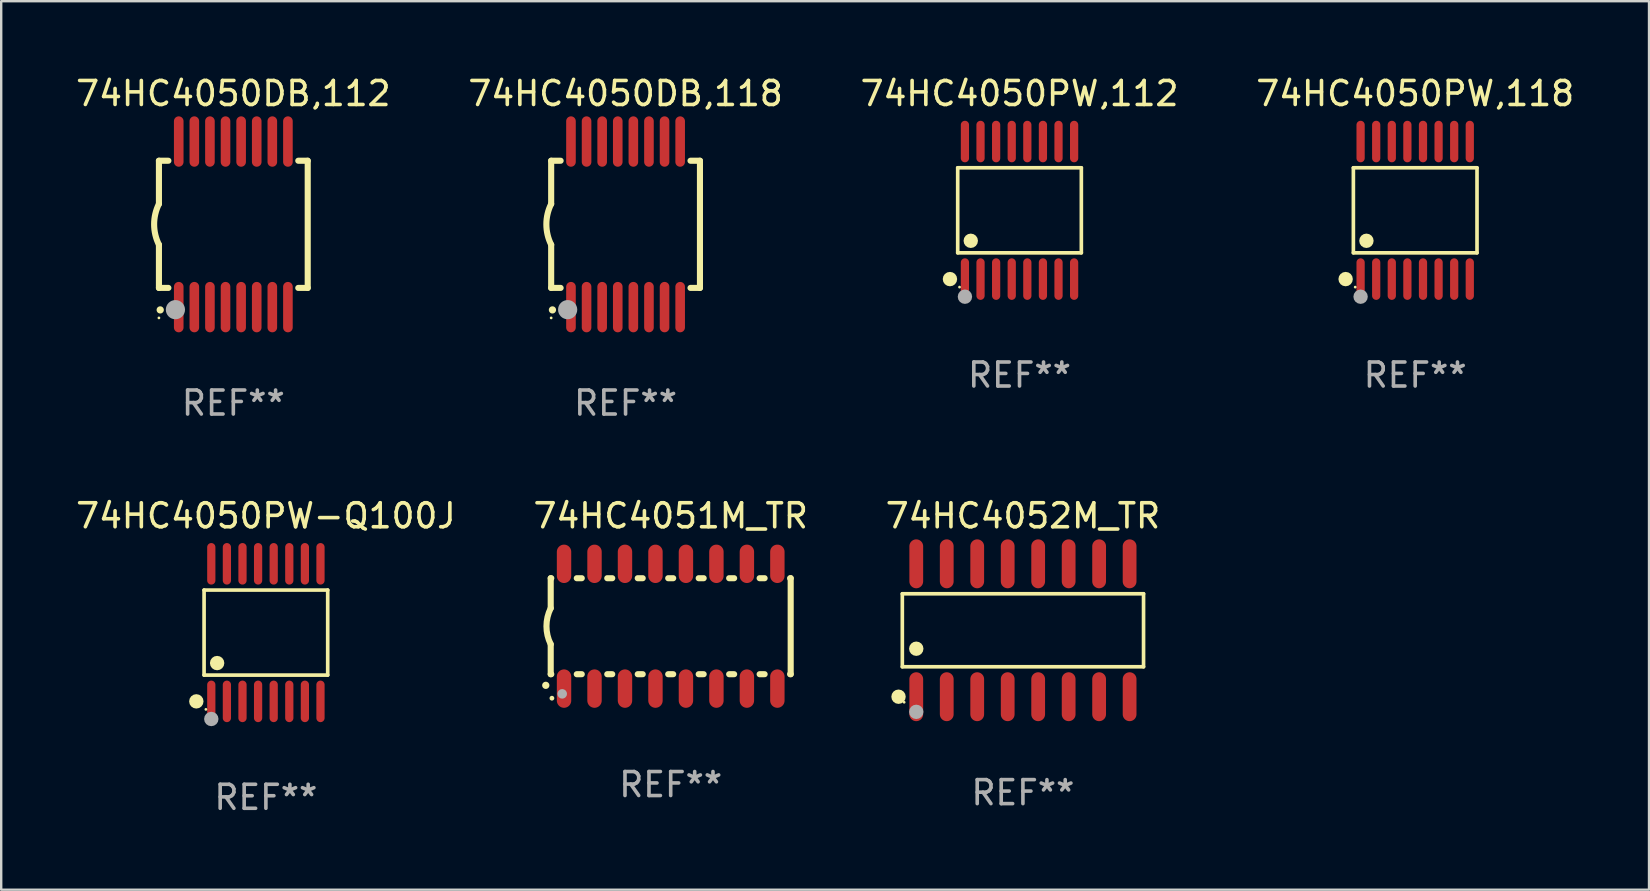
<source format=kicad_pcb>
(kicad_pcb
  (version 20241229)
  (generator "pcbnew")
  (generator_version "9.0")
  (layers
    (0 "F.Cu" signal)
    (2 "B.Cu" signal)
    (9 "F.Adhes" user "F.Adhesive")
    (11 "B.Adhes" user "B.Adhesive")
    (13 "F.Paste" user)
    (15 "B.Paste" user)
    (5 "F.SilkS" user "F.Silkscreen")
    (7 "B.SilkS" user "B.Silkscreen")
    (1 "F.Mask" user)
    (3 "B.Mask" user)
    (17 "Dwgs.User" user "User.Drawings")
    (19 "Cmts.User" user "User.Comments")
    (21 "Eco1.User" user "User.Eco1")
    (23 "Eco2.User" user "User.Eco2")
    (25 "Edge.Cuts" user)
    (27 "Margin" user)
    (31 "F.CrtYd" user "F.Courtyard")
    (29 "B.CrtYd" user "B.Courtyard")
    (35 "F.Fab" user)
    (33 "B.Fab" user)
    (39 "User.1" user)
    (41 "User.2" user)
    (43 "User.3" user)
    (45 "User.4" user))
  (footprint "74HC4051M_TR"
    (layer "F.Cu")
    (at 24.899 23.045)
    (property "Reference" "74HC4051M_TR" (at 0 -4.6 0) (layer "F.SilkS") (effects (font (size 1 1) (thickness 0.15))))
    (attr through_hole)
    (fp_line (start -5 -2) (end -5 -0.75) (stroke (width 0.254) (type solid)) (layer "F.SilkS"))
    (fp_line (start -5 -2) (end -4.976 -2) (stroke (width 0.254) (type solid)) (layer "F.SilkS"))
    (fp_line (start -5 2) (end -5 0.75) (stroke (width 0.254) (type solid)) (layer "F.SilkS"))
    (fp_line (start -5 2) (end -4.976 2) (stroke (width 0.254) (type solid)) (layer "F.SilkS"))
    (fp_line (start -3.914 -2) (end -3.706 -2) (stroke (width 0.254) (type solid)) (layer "F.SilkS"))
    (fp_line (start -3.914 2) (end -3.706 2) (stroke (width 0.254) (type solid)) (layer "F.SilkS"))
    (fp_line (start -2.644 -2) (end -2.436 -2) (stroke (width 0.254) (type solid)) (layer "F.SilkS"))
    (fp_line (start -2.644 2) (end -2.436 2) (stroke (width 0.254) (type solid)) (layer "F.SilkS"))
    (fp_line (start -1.374 -2) (end -1.166 -2) (stroke (width 0.254) (type solid)) (layer "F.SilkS"))
    (fp_line (start -1.374 2) (end -1.166 2) (stroke (width 0.254) (type solid)) (layer "F.SilkS"))
    (fp_line (start -0.104 -2) (end 0.104 -2) (stroke (width 0.254) (type solid)) (layer "F.SilkS"))
    (fp_line (start -0.104 2) (end 0.104 2) (stroke (width 0.254) (type solid)) (layer "F.SilkS"))
    (fp_line (start 1.166 -2) (end 1.374 -2) (stroke (width 0.254) (type solid)) (layer "F.SilkS"))
    (fp_line (start 1.166 2) (end 1.374 2) (stroke (width 0.254) (type solid)) (layer "F.SilkS"))
    (fp_line (start 2.436 -2) (end 2.644 -2) (stroke (width 0.254) (type solid)) (layer "F.SilkS"))
    (fp_line (start 2.436 2) (end 2.644 2) (stroke (width 0.254) (type solid)) (layer "F.SilkS"))
    (fp_line (start 3.706 -2) (end 3.914 -2) (stroke (width 0.254) (type solid)) (layer "F.SilkS"))
    (fp_line (start 3.706 2) (end 3.914 2) (stroke (width 0.254) (type solid)) (layer "F.SilkS"))
    (fp_line (start 4.976 -2) (end 5 -2) (stroke (width 0.254) (type solid)) (layer "F.SilkS"))
    (fp_line (start 4.976 2) (end 5 2) (stroke (width 0.254) (type solid)) (layer "F.SilkS"))
    (fp_line (start 5 2) (end 5 -2) (stroke (width 0.254) (type solid)) (layer "F.SilkS"))
    (fp_arc (start -5.20701 2.46383) (mid -5.20574 2.463825) (end -5.20447 2.46383) (stroke (width 0.3) (type solid)) (layer "F.SilkS"))
    (fp_arc (start -5 0.751207) (mid -5.177192 0.00061) (end -5 -0.749987) (stroke (width 0.254001) (type solid)) (layer "F.SilkS"))
    (fp_circle (center -4.95 3) (end -4.9 3) (stroke (width 0.1) (type solid)) (fill no) (layer "F.SilkS"))
    (fp_circle (center -4.521 2.819) (end -4.421 2.819) (stroke (width 0.2) (type solid)) (fill no) (layer "F.Fab"))
    (fp_text user "REF**" (at 0 6.6 0) (layer "F.Fab") (effects (font (size 1 1) (thickness 0.15))))
    (pad "1" smd oval (at -4.445 2.6 180) (size 0.6 1.6) (layers "F.Cu" "F.Mask" "F.Paste"))
    (pad "2" smd oval (at -3.175 2.6 180) (size 0.6 1.6) (layers "F.Cu" "F.Mask" "F.Paste"))
    (pad "3" smd oval (at -1.905 2.6 180) (size 0.6 1.6) (layers "F.Cu" "F.Mask" "F.Paste"))
    (pad "4" smd oval (at -0.635 2.6 180) (size 0.6 1.6) (layers "F.Cu" "F.Mask" "F.Paste"))
    (pad "5" smd oval (at 0.635 2.6 180) (size 0.6 1.6) (layers "F.Cu" "F.Mask" "F.Paste"))
    (pad "6" smd oval (at 1.905 2.6 180) (size 0.6 1.6) (layers "F.Cu" "F.Mask" "F.Paste"))
    (pad "7" smd oval (at 3.175 2.6 180) (size 0.6 1.6) (layers "F.Cu" "F.Mask" "F.Paste"))
    (pad "8" smd oval (at 4.445 2.6 180) (size 0.6 1.6) (layers "F.Cu" "F.Mask" "F.Paste"))
    (pad "9" smd oval (at 4.445 -2.6 180) (size 0.6 1.6) (layers "F.Cu" "F.Mask" "F.Paste"))
    (pad "10" smd oval (at 3.175 -2.6 180) (size 0.6 1.6) (layers "F.Cu" "F.Mask" "F.Paste"))
    (pad "11" smd oval (at 1.905 -2.6 180) (size 0.6 1.6) (layers "F.Cu" "F.Mask" "F.Paste"))
    (pad "12" smd oval (at 0.635 -2.6 180) (size 0.6 1.6) (layers "F.Cu" "F.Mask" "F.Paste"))
    (pad "13" smd oval (at -0.635 -2.6 180) (size 0.6 1.6) (layers "F.Cu" "F.Mask" "F.Paste"))
    (pad "14" smd oval (at -1.905 -2.6 180) (size 0.6 1.6) (layers "F.Cu" "F.Mask" "F.Paste"))
    (pad "15" smd oval (at -3.175 -2.6 180) (size 0.6 1.6) (layers "F.Cu" "F.Mask" "F.Paste"))
    (pad "16" smd oval (at -4.445 -2.6 180) (size 0.6 1.6) (layers "F.Cu" "F.Mask" "F.Paste")))
  (footprint "74HC4050DB,118"
    (layer "F.Cu")
    (at 23.018 6.298)
    (property "Reference" "74HC4050DB,118" (at 0 -5.45 0) (layer "F.SilkS") (effects (font (size 1 1) (thickness 0.15))))
    (attr through_hole)
    (fp_line (start -3.1 -2.65) (end -3.1 -0.85) (stroke (width 0.254) (type solid)) (layer "F.SilkS"))
    (fp_line (start -3.1 -2.65) (end -2.706 -2.65) (stroke (width 0.254) (type solid)) (layer "F.SilkS"))
    (fp_line (start -3.1 2.65) (end -3.1 0.85) (stroke (width 0.254) (type solid)) (layer "F.SilkS"))
    (fp_line (start -3.1 2.65) (end -2.706 2.65) (stroke (width 0.254) (type solid)) (layer "F.SilkS"))
    (fp_line (start 2.706 -2.65) (end 3.1 -2.65) (stroke (width 0.254) (type solid)) (layer "F.SilkS"))
    (fp_line (start 2.706 2.65) (end 3.1 2.65) (stroke (width 0.254) (type solid)) (layer "F.SilkS"))
    (fp_line (start 3.1 -2.65) (end 3.1 2.65) (stroke (width 0.254) (type solid)) (layer "F.SilkS"))
    (fp_arc (start -3.098907 0.850902) (mid -3.300057 0.000523) (end -3.1 -0.850114) (stroke (width 0.254001) (type solid)) (layer "F.SilkS"))
    (fp_arc (start -3.048006 3.566066) (mid -3.046736 3.566061) (end -3.045466 3.566066) (stroke (width 0.3) (type solid)) (layer "F.SilkS"))
    (fp_circle (center -3.1 3.9) (end -3.07 3.9) (stroke (width 0.06) (type solid)) (fill no) (layer "F.SilkS"))
    (fp_circle (center -2.413 3.556) (end -2.213 3.556) (stroke (width 0.4) (type solid)) (fill no) (layer "F.Fab"))
    (fp_text user "REF**" (at 0 7.45 0) (layer "F.Fab") (effects (font (size 1 1) (thickness 0.15))))
    (pad "1" smd oval (at -2.275 3.45 180) (size 0.4 2.1) (layers "F.Cu" "F.Mask" "F.Paste"))
    (pad "2" smd oval (at -1.625 3.45 180) (size 0.4 2.1) (layers "F.Cu" "F.Mask" "F.Paste"))
    (pad "3" smd oval (at -0.975 3.45 180) (size 0.4 2.1) (layers "F.Cu" "F.Mask" "F.Paste"))
    (pad "4" smd oval (at -0.325 3.45 180) (size 0.4 2.1) (layers "F.Cu" "F.Mask" "F.Paste"))
    (pad "5" smd oval (at 0.325 3.45 180) (size 0.4 2.1) (layers "F.Cu" "F.Mask" "F.Paste"))
    (pad "6" smd oval (at 0.975 3.45 180) (size 0.4 2.1) (layers "F.Cu" "F.Mask" "F.Paste"))
    (pad "7" smd oval (at 1.625 3.45 180) (size 0.4 2.1) (layers "F.Cu" "F.Mask" "F.Paste"))
    (pad "8" smd oval (at 2.275 3.45 180) (size 0.4 2.1) (layers "F.Cu" "F.Mask" "F.Paste"))
    (pad "9" smd oval (at 2.275 -3.45 180) (size 0.4 2.1) (layers "F.Cu" "F.Mask" "F.Paste"))
    (pad "10" smd oval (at 1.625 -3.45 180) (size 0.4 2.1) (layers "F.Cu" "F.Mask" "F.Paste"))
    (pad "11" smd oval (at 0.975 -3.45 180) (size 0.4 2.1) (layers "F.Cu" "F.Mask" "F.Paste"))
    (pad "12" smd oval (at 0.325 -3.45 180) (size 0.4 2.1) (layers "F.Cu" "F.Mask" "F.Paste"))
    (pad "13" smd oval (at -0.325 -3.45 180) (size 0.4 2.1) (layers "F.Cu" "F.Mask" "F.Paste"))
    (pad "14" smd oval (at -0.975 -3.45 180) (size 0.4 2.1) (layers "F.Cu" "F.Mask" "F.Paste"))
    (pad "15" smd oval (at -1.625 -3.45 180) (size 0.4 2.1) (layers "F.Cu" "F.Mask" "F.Paste"))
    (pad "16" smd oval (at -2.275 -3.45 180) (size 0.4 2.1) (layers "F.Cu" "F.Mask" "F.Paste")))
  (footprint "74HC4050PW-Q100J"
    (layer "F.Cu")
    (at 8.03 23.311)
    (property "Reference" "74HC4050PW-Q100J" (at 0 -4.866 0) (layer "F.SilkS") (effects (font (size 1 1) (thickness 0.15))))
    (attr through_hole)
    (fp_line (start -2.576 -1.772) (end 2.576 -1.772) (stroke (width 0.152) (type solid)) (layer "F.SilkS"))
    (fp_line (start -2.576 1.771) (end -2.576 -1.772) (stroke (width 0.152) (type solid)) (layer "F.SilkS"))
    (fp_line (start 2.576 -1.772) (end 2.576 1.771) (stroke (width 0.152) (type solid)) (layer "F.SilkS"))
    (fp_line (start 2.576 1.771) (end -2.576 1.771) (stroke (width 0.152) (type solid)) (layer "F.SilkS"))
    (fp_circle (center -2.899 2.866) (end -2.749 2.866) (stroke (width 0.3) (type solid)) (fill no) (layer "F.SilkS"))
    (fp_circle (center -2.5 3.2) (end -2.47 3.2) (stroke (width 0.06) (type solid)) (fill no) (layer "F.SilkS"))
    (fp_circle (center -2.032 1.27) (end -1.882 1.27) (stroke (width 0.3) (type solid)) (fill no) (layer "F.SilkS"))
    (fp_circle (center -2.275 3.6) (end -2.125 3.6) (stroke (width 0.3) (type solid)) (fill no) (layer "F.Fab"))
    (fp_text user "REF**" (at 0 6.866 0) (layer "F.Fab") (effects (font (size 1 1) (thickness 0.15))))
    (pad "1" smd oval (at -2.275 2.866) (size 0.343 1.731) (layers "F.Cu" "F.Mask" "F.Paste"))
    (pad "2" smd oval (at -1.625 2.866) (size 0.343 1.731) (layers "F.Cu" "F.Mask" "F.Paste"))
    (pad "3" smd oval (at -0.975 2.866) (size 0.343 1.731) (layers "F.Cu" "F.Mask" "F.Paste"))
    (pad "4" smd oval (at -0.325 2.866) (size 0.343 1.731) (layers "F.Cu" "F.Mask" "F.Paste"))
    (pad "5" smd oval (at 0.325 2.866) (size 0.343 1.731) (layers "F.Cu" "F.Mask" "F.Paste"))
    (pad "6" smd oval (at 0.975 2.866) (size 0.343 1.731) (layers "F.Cu" "F.Mask" "F.Paste"))
    (pad "7" smd oval (at 1.625 2.866) (size 0.343 1.731) (layers "F.Cu" "F.Mask" "F.Paste"))
    (pad "8" smd oval (at 2.275 2.866) (size 0.343 1.731) (layers "F.Cu" "F.Mask" "F.Paste"))
    (pad "9" smd oval (at 2.275 -2.866) (size 0.343 1.731) (layers "F.Cu" "F.Mask" "F.Paste"))
    (pad "10" smd oval (at 1.625 -2.866) (size 0.343 1.731) (layers "F.Cu" "F.Mask" "F.Paste"))
    (pad "11" smd oval (at 0.975 -2.866) (size 0.343 1.731) (layers "F.Cu" "F.Mask" "F.Paste"))
    (pad "12" smd oval (at 0.325 -2.866) (size 0.343 1.731) (layers "F.Cu" "F.Mask" "F.Paste"))
    (pad "13" smd oval (at -0.325 -2.866) (size 0.343 1.731) (layers "F.Cu" "F.Mask" "F.Paste"))
    (pad "14" smd oval (at -0.975 -2.866) (size 0.343 1.731) (layers "F.Cu" "F.Mask" "F.Paste"))
    (pad "15" smd oval (at -1.625 -2.866) (size 0.343 1.731) (layers "F.Cu" "F.Mask" "F.Paste"))
    (pad "16" smd oval (at -2.275 -2.866) (size 0.343 1.731) (layers "F.Cu" "F.Mask" "F.Paste")))
  (footprint "74HC4050PW,112"
    (layer "F.Cu")
    (at 39.435 5.714)
    (property "Reference" "74HC4050PW,112" (at 0 -4.866 0) (layer "F.SilkS") (effects (font (size 1 1) (thickness 0.15))))
    (attr through_hole)
    (fp_line (start -2.576 -1.772) (end 2.576 -1.772) (stroke (width 0.152) (type solid)) (layer "F.SilkS"))
    (fp_line (start -2.576 1.771) (end -2.576 -1.772) (stroke (width 0.152) (type solid)) (layer "F.SilkS"))
    (fp_line (start 2.576 -1.772) (end 2.576 1.771) (stroke (width 0.152) (type solid)) (layer "F.SilkS"))
    (fp_line (start 2.576 1.771) (end -2.576 1.771) (stroke (width 0.152) (type solid)) (layer "F.SilkS"))
    (fp_circle (center -2.899 2.866) (end -2.749 2.866) (stroke (width 0.3) (type solid)) (fill no) (layer "F.SilkS"))
    (fp_circle (center -2.5 3.2) (end -2.47 3.2) (stroke (width 0.06) (type solid)) (fill no) (layer "F.SilkS"))
    (fp_circle (center -2.032 1.27) (end -1.882 1.27) (stroke (width 0.3) (type solid)) (fill no) (layer "F.SilkS"))
    (fp_circle (center -2.275 3.6) (end -2.125 3.6) (stroke (width 0.3) (type solid)) (fill no) (layer "F.Fab"))
    (fp_text user "REF**" (at 0 6.866 0) (layer "F.Fab") (effects (font (size 1 1) (thickness 0.15))))
    (pad "1" smd oval (at -2.275 2.866) (size 0.343 1.731) (layers "F.Cu" "F.Mask" "F.Paste"))
    (pad "2" smd oval (at -1.625 2.866) (size 0.343 1.731) (layers "F.Cu" "F.Mask" "F.Paste"))
    (pad "3" smd oval (at -0.975 2.866) (size 0.343 1.731) (layers "F.Cu" "F.Mask" "F.Paste"))
    (pad "4" smd oval (at -0.325 2.866) (size 0.343 1.731) (layers "F.Cu" "F.Mask" "F.Paste"))
    (pad "5" smd oval (at 0.325 2.866) (size 0.343 1.731) (layers "F.Cu" "F.Mask" "F.Paste"))
    (pad "6" smd oval (at 0.975 2.866) (size 0.343 1.731) (layers "F.Cu" "F.Mask" "F.Paste"))
    (pad "7" smd oval (at 1.625 2.866) (size 0.343 1.731) (layers "F.Cu" "F.Mask" "F.Paste"))
    (pad "8" smd oval (at 2.275 2.866) (size 0.343 1.731) (layers "F.Cu" "F.Mask" "F.Paste"))
    (pad "9" smd oval (at 2.275 -2.866) (size 0.343 1.731) (layers "F.Cu" "F.Mask" "F.Paste"))
    (pad "10" smd oval (at 1.625 -2.866) (size 0.343 1.731) (layers "F.Cu" "F.Mask" "F.Paste"))
    (pad "11" smd oval (at 0.975 -2.866) (size 0.343 1.731) (layers "F.Cu" "F.Mask" "F.Paste"))
    (pad "12" smd oval (at 0.325 -2.866) (size 0.343 1.731) (layers "F.Cu" "F.Mask" "F.Paste"))
    (pad "13" smd oval (at -0.325 -2.866) (size 0.343 1.731) (layers "F.Cu" "F.Mask" "F.Paste"))
    (pad "14" smd oval (at -0.975 -2.866) (size 0.343 1.731) (layers "F.Cu" "F.Mask" "F.Paste"))
    (pad "15" smd oval (at -1.625 -2.866) (size 0.343 1.731) (layers "F.Cu" "F.Mask" "F.Paste"))
    (pad "16" smd oval (at -2.275 -2.866) (size 0.343 1.731) (layers "F.Cu" "F.Mask" "F.Paste")))
  (footprint "74HC4050DB,112"
    (layer "F.Cu")
    (at 6.673 6.298)
    (property "Reference" "74HC4050DB,112" (at 0 -5.45 0) (layer "F.SilkS") (effects (font (size 1 1) (thickness 0.15))))
    (attr through_hole)
    (fp_line (start -3.1 -2.65) (end -3.1 -0.85) (stroke (width 0.254) (type solid)) (layer "F.SilkS"))
    (fp_line (start -3.1 -2.65) (end -2.706 -2.65) (stroke (width 0.254) (type solid)) (layer "F.SilkS"))
    (fp_line (start -3.1 2.65) (end -3.1 0.85) (stroke (width 0.254) (type solid)) (layer "F.SilkS"))
    (fp_line (start -3.1 2.65) (end -2.706 2.65) (stroke (width 0.254) (type solid)) (layer "F.SilkS"))
    (fp_line (start 2.706 -2.65) (end 3.1 -2.65) (stroke (width 0.254) (type solid)) (layer "F.SilkS"))
    (fp_line (start 2.706 2.65) (end 3.1 2.65) (stroke (width 0.254) (type solid)) (layer "F.SilkS"))
    (fp_line (start 3.1 -2.65) (end 3.1 2.65) (stroke (width 0.254) (type solid)) (layer "F.SilkS"))
    (fp_arc (start -3.098907 0.850902) (mid -3.300057 0.000523) (end -3.1 -0.850114) (stroke (width 0.254001) (type solid)) (layer "F.SilkS"))
    (fp_arc (start -3.048006 3.566066) (mid -3.046736 3.566061) (end -3.045466 3.566066) (stroke (width 0.3) (type solid)) (layer "F.SilkS"))
    (fp_circle (center -3.1 3.9) (end -3.07 3.9) (stroke (width 0.06) (type solid)) (fill no) (layer "F.SilkS"))
    (fp_circle (center -2.413 3.556) (end -2.213 3.556) (stroke (width 0.4) (type solid)) (fill no) (layer "F.Fab"))
    (fp_text user "REF**" (at 0 7.45 0) (layer "F.Fab") (effects (font (size 1 1) (thickness 0.15))))
    (pad "1" smd oval (at -2.275 3.45 180) (size 0.4 2.1) (layers "F.Cu" "F.Mask" "F.Paste"))
    (pad "2" smd oval (at -1.625 3.45 180) (size 0.4 2.1) (layers "F.Cu" "F.Mask" "F.Paste"))
    (pad "3" smd oval (at -0.975 3.45 180) (size 0.4 2.1) (layers "F.Cu" "F.Mask" "F.Paste"))
    (pad "4" smd oval (at -0.325 3.45 180) (size 0.4 2.1) (layers "F.Cu" "F.Mask" "F.Paste"))
    (pad "5" smd oval (at 0.325 3.45 180) (size 0.4 2.1) (layers "F.Cu" "F.Mask" "F.Paste"))
    (pad "6" smd oval (at 0.975 3.45 180) (size 0.4 2.1) (layers "F.Cu" "F.Mask" "F.Paste"))
    (pad "7" smd oval (at 1.625 3.45 180) (size 0.4 2.1) (layers "F.Cu" "F.Mask" "F.Paste"))
    (pad "8" smd oval (at 2.275 3.45 180) (size 0.4 2.1) (layers "F.Cu" "F.Mask" "F.Paste"))
    (pad "9" smd oval (at 2.275 -3.45 180) (size 0.4 2.1) (layers "F.Cu" "F.Mask" "F.Paste"))
    (pad "10" smd oval (at 1.625 -3.45 180) (size 0.4 2.1) (layers "F.Cu" "F.Mask" "F.Paste"))
    (pad "11" smd oval (at 0.975 -3.45 180) (size 0.4 2.1) (layers "F.Cu" "F.Mask" "F.Paste"))
    (pad "12" smd oval (at 0.325 -3.45 180) (size 0.4 2.1) (layers "F.Cu" "F.Mask" "F.Paste"))
    (pad "13" smd oval (at -0.325 -3.45 180) (size 0.4 2.1) (layers "F.Cu" "F.Mask" "F.Paste"))
    (pad "14" smd oval (at -0.975 -3.45 180) (size 0.4 2.1) (layers "F.Cu" "F.Mask" "F.Paste"))
    (pad "15" smd oval (at -1.625 -3.45 180) (size 0.4 2.1) (layers "F.Cu" "F.Mask" "F.Paste"))
    (pad "16" smd oval (at -2.275 -3.45 180) (size 0.4 2.1) (layers "F.Cu" "F.Mask" "F.Paste")))
  (footprint "74HC4050PW,118"
    (layer "F.Cu")
    (at 55.923 5.714)
    (property "Reference" "74HC4050PW,118" (at 0 -4.866 0) (layer "F.SilkS") (effects (font (size 1 1) (thickness 0.15))))
    (attr through_hole)
    (fp_line (start -2.576 -1.772) (end 2.576 -1.772) (stroke (width 0.152) (type solid)) (layer "F.SilkS"))
    (fp_line (start -2.576 1.771) (end -2.576 -1.772) (stroke (width 0.152) (type solid)) (layer "F.SilkS"))
    (fp_line (start 2.576 -1.772) (end 2.576 1.771) (stroke (width 0.152) (type solid)) (layer "F.SilkS"))
    (fp_line (start 2.576 1.771) (end -2.576 1.771) (stroke (width 0.152) (type solid)) (layer "F.SilkS"))
    (fp_circle (center -2.899 2.866) (end -2.749 2.866) (stroke (width 0.3) (type solid)) (fill no) (layer "F.SilkS"))
    (fp_circle (center -2.5 3.2) (end -2.47 3.2) (stroke (width 0.06) (type solid)) (fill no) (layer "F.SilkS"))
    (fp_circle (center -2.032 1.27) (end -1.882 1.27) (stroke (width 0.3) (type solid)) (fill no) (layer "F.SilkS"))
    (fp_circle (center -2.275 3.6) (end -2.125 3.6) (stroke (width 0.3) (type solid)) (fill no) (layer "F.Fab"))
    (fp_text user "REF**" (at 0 6.866 0) (layer "F.Fab") (effects (font (size 1 1) (thickness 0.15))))
    (pad "1" smd oval (at -2.275 2.866) (size 0.343 1.731) (layers "F.Cu" "F.Mask" "F.Paste"))
    (pad "2" smd oval (at -1.625 2.866) (size 0.343 1.731) (layers "F.Cu" "F.Mask" "F.Paste"))
    (pad "3" smd oval (at -0.975 2.866) (size 0.343 1.731) (layers "F.Cu" "F.Mask" "F.Paste"))
    (pad "4" smd oval (at -0.325 2.866) (size 0.343 1.731) (layers "F.Cu" "F.Mask" "F.Paste"))
    (pad "5" smd oval (at 0.325 2.866) (size 0.343 1.731) (layers "F.Cu" "F.Mask" "F.Paste"))
    (pad "6" smd oval (at 0.975 2.866) (size 0.343 1.731) (layers "F.Cu" "F.Mask" "F.Paste"))
    (pad "7" smd oval (at 1.625 2.866) (size 0.343 1.731) (layers "F.Cu" "F.Mask" "F.Paste"))
    (pad "8" smd oval (at 2.275 2.866) (size 0.343 1.731) (layers "F.Cu" "F.Mask" "F.Paste"))
    (pad "9" smd oval (at 2.275 -2.866) (size 0.343 1.731) (layers "F.Cu" "F.Mask" "F.Paste"))
    (pad "10" smd oval (at 1.625 -2.866) (size 0.343 1.731) (layers "F.Cu" "F.Mask" "F.Paste"))
    (pad "11" smd oval (at 0.975 -2.866) (size 0.343 1.731) (layers "F.Cu" "F.Mask" "F.Paste"))
    (pad "12" smd oval (at 0.325 -2.866) (size 0.343 1.731) (layers "F.Cu" "F.Mask" "F.Paste"))
    (pad "13" smd oval (at -0.325 -2.866) (size 0.343 1.731) (layers "F.Cu" "F.Mask" "F.Paste"))
    (pad "14" smd oval (at -0.975 -2.866) (size 0.343 1.731) (layers "F.Cu" "F.Mask" "F.Paste"))
    (pad "15" smd oval (at -1.625 -2.866) (size 0.343 1.731) (layers "F.Cu" "F.Mask" "F.Paste"))
    (pad "16" smd oval (at -2.275 -2.866) (size 0.343 1.731) (layers "F.Cu" "F.Mask" "F.Paste")))
  (footprint "74HC4052M_TR"
    (layer "F.Cu")
    (at 39.577 23.214)
    (property "Reference" "74HC4052M_TR" (at 0 -4.769 0) (layer "F.SilkS") (effects (font (size 1 1) (thickness 0.15))))
    (attr through_hole)
    (fp_line (start -5.026 -1.521) (end 5.026 -1.521) (stroke (width 0.152) (type solid)) (layer "F.SilkS"))
    (fp_line (start -5.026 1.521) (end -5.026 -1.521) (stroke (width 0.152) (type solid)) (layer "F.SilkS"))
    (fp_line (start 5.026 -1.521) (end 5.026 1.521) (stroke (width 0.152) (type solid)) (layer "F.SilkS"))
    (fp_line (start 5.026 1.521) (end -5.026 1.521) (stroke (width 0.152) (type solid)) (layer "F.SilkS"))
    (fp_circle (center -5.184 2.769) (end -5.034 2.769) (stroke (width 0.3) (type solid)) (fill no) (layer "F.SilkS"))
    (fp_circle (center -4.95 3) (end -4.92 3) (stroke (width 0.06) (type solid)) (fill no) (layer "F.SilkS"))
    (fp_circle (center -4.445 0.769) (end -4.295 0.769) (stroke (width 0.3) (type solid)) (fill no) (layer "F.SilkS"))
    (fp_circle (center -4.445 3.4) (end -4.295 3.4) (stroke (width 0.3) (type solid)) (fill no) (layer "F.Fab"))
    (fp_text user "REF**" (at 0 6.769 0) (layer "F.Fab") (effects (font (size 1 1) (thickness 0.15))))
    (pad "1" smd oval (at -4.445 2.769) (size 0.574 2.038) (layers "F.Cu" "F.Mask" "F.Paste"))
    (pad "2" smd oval (at -3.175 2.769) (size 0.574 2.038) (layers "F.Cu" "F.Mask" "F.Paste"))
    (pad "3" smd oval (at -1.905 2.769) (size 0.574 2.038) (layers "F.Cu" "F.Mask" "F.Paste"))
    (pad "4" smd oval (at -0.635 2.769) (size 0.574 2.038) (layers "F.Cu" "F.Mask" "F.Paste"))
    (pad "5" smd oval (at 0.635 2.769) (size 0.574 2.038) (layers "F.Cu" "F.Mask" "F.Paste"))
    (pad "6" smd oval (at 1.905 2.769) (size 0.574 2.038) (layers "F.Cu" "F.Mask" "F.Paste"))
    (pad "7" smd oval (at 3.175 2.769) (size 0.574 2.038) (layers "F.Cu" "F.Mask" "F.Paste"))
    (pad "8" smd oval (at 4.445 2.769) (size 0.574 2.038) (layers "F.Cu" "F.Mask" "F.Paste"))
    (pad "9" smd oval (at 4.445 -2.769) (size 0.574 2.038) (layers "F.Cu" "F.Mask" "F.Paste"))
    (pad "10" smd oval (at 3.175 -2.769) (size 0.574 2.038) (layers "F.Cu" "F.Mask" "F.Paste"))
    (pad "11" smd oval (at 1.905 -2.769) (size 0.574 2.038) (layers "F.Cu" "F.Mask" "F.Paste"))
    (pad "12" smd oval (at 0.635 -2.769) (size 0.574 2.038) (layers "F.Cu" "F.Mask" "F.Paste"))
    (pad "13" smd oval (at -0.635 -2.769) (size 0.574 2.038) (layers "F.Cu" "F.Mask" "F.Paste"))
    (pad "14" smd oval (at -1.905 -2.769) (size 0.574 2.038) (layers "F.Cu" "F.Mask" "F.Paste"))
    (pad "15" smd oval (at -3.175 -2.769) (size 0.574 2.038) (layers "F.Cu" "F.Mask" "F.Paste"))
    (pad "16" smd oval (at -4.445 -2.769) (size 0.574 2.038) (layers "F.Cu" "F.Mask" "F.Paste")))
  (gr_rect
    (start -3 -3)
    (end 65.667 34.025)
    (stroke (width 0.1) (type default))
    (fill no)
    (layer "Edge.Cuts")))
</source>
